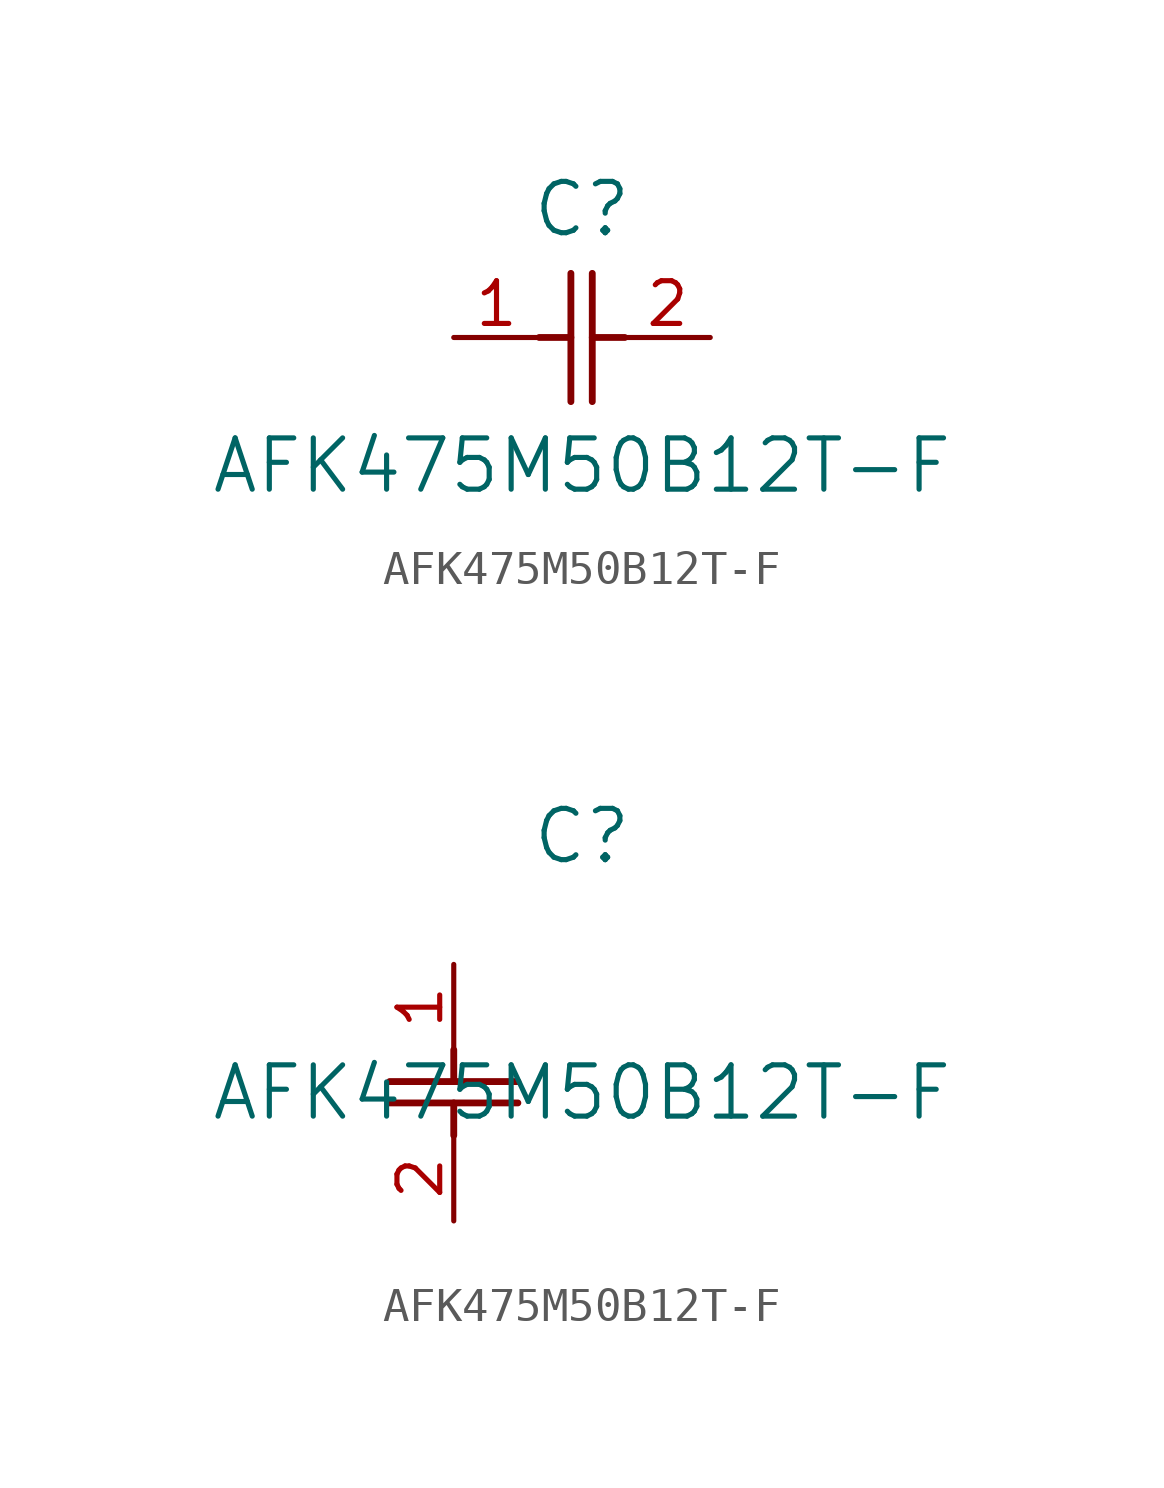
<source format=kicad_sym>
(kicad_symbol_lib
  (version 20211014)
  (generator kicad_symbol_editor)
  (symbol "AFK475M50B12T-F"
    (pin_names
      (offset 0.254))
    (property "Reference" "C"
      (at 3.81 3.81 0)
      (effects (font (size 1.524 1.524))))
    (property "Value" "AFK475M50B12T-F"
      (at 3.81 -3.81 0)
      (effects (font (size 1.524 1.524))))
    (symbol "AFK475M50B12T-F_1_1"
      (polyline (pts (xy 3.48 -1.905) (xy 3.48 1.905)) (stroke (width 0.203) (type default) (color 0 0 0 0)) (fill (type none)))
      (polyline (pts (xy 4.115 -1.905) (xy 4.115 1.905)) (stroke (width 0.203) (type default) (color 0 0 0 0)) (fill (type none)))
      (polyline (pts (xy 4.115 0) (xy 5.08 0)) (stroke (width 0.203) (type default) (color 0 0 0 0)) (fill (type none)))
      (polyline (pts (xy 2.54 0) (xy 3.48 0)) (stroke (width 0.203) (type default) (color 0 0 0 0)) (fill (type none)))
      (pin unspecified line (at 0 0 0) (length 2.54) (name "" (effects (font (size 1.27 1.27)))) (number "1" (effects (font (size 1.27 1.27)))))
      (pin unspecified line (at 7.62 0 180) (length 2.54) (name "" (effects (font (size 1.27 1.27)))) (number "2" (effects (font (size 1.27 1.27))))))
    (symbol "AFK475M50B12T-F_1_2"
      (polyline (pts (xy -1.905 -3.48) (xy 1.905 -3.48)) (stroke (width 0.203) (type default) (color 0 0 0 0)) (fill (type none)))
      (polyline (pts (xy -1.905 -4.115) (xy 1.905 -4.115)) (stroke (width 0.203) (type default) (color 0 0 0 0)) (fill (type none)))
      (polyline (pts (xy 0 -4.115) (xy 0 -5.08)) (stroke (width 0.203) (type default) (color 0 0 0 0)) (fill (type none)))
      (polyline (pts (xy 0 -2.54) (xy 0 -3.48)) (stroke (width 0.203) (type default) (color 0 0 0 0)) (fill (type none)))
      (pin unspecified line (at 0 0 270) (length 2.54) (name "" (effects (font (size 1.27 1.27)))) (number "1" (effects (font (size 1.27 1.27)))))
      (pin unspecified line (at 0 -7.62 90) (length 2.54) (name "" (effects (font (size 1.27 1.27)))) (number "2" (effects (font (size 1.27 1.27))))))))
</source>
